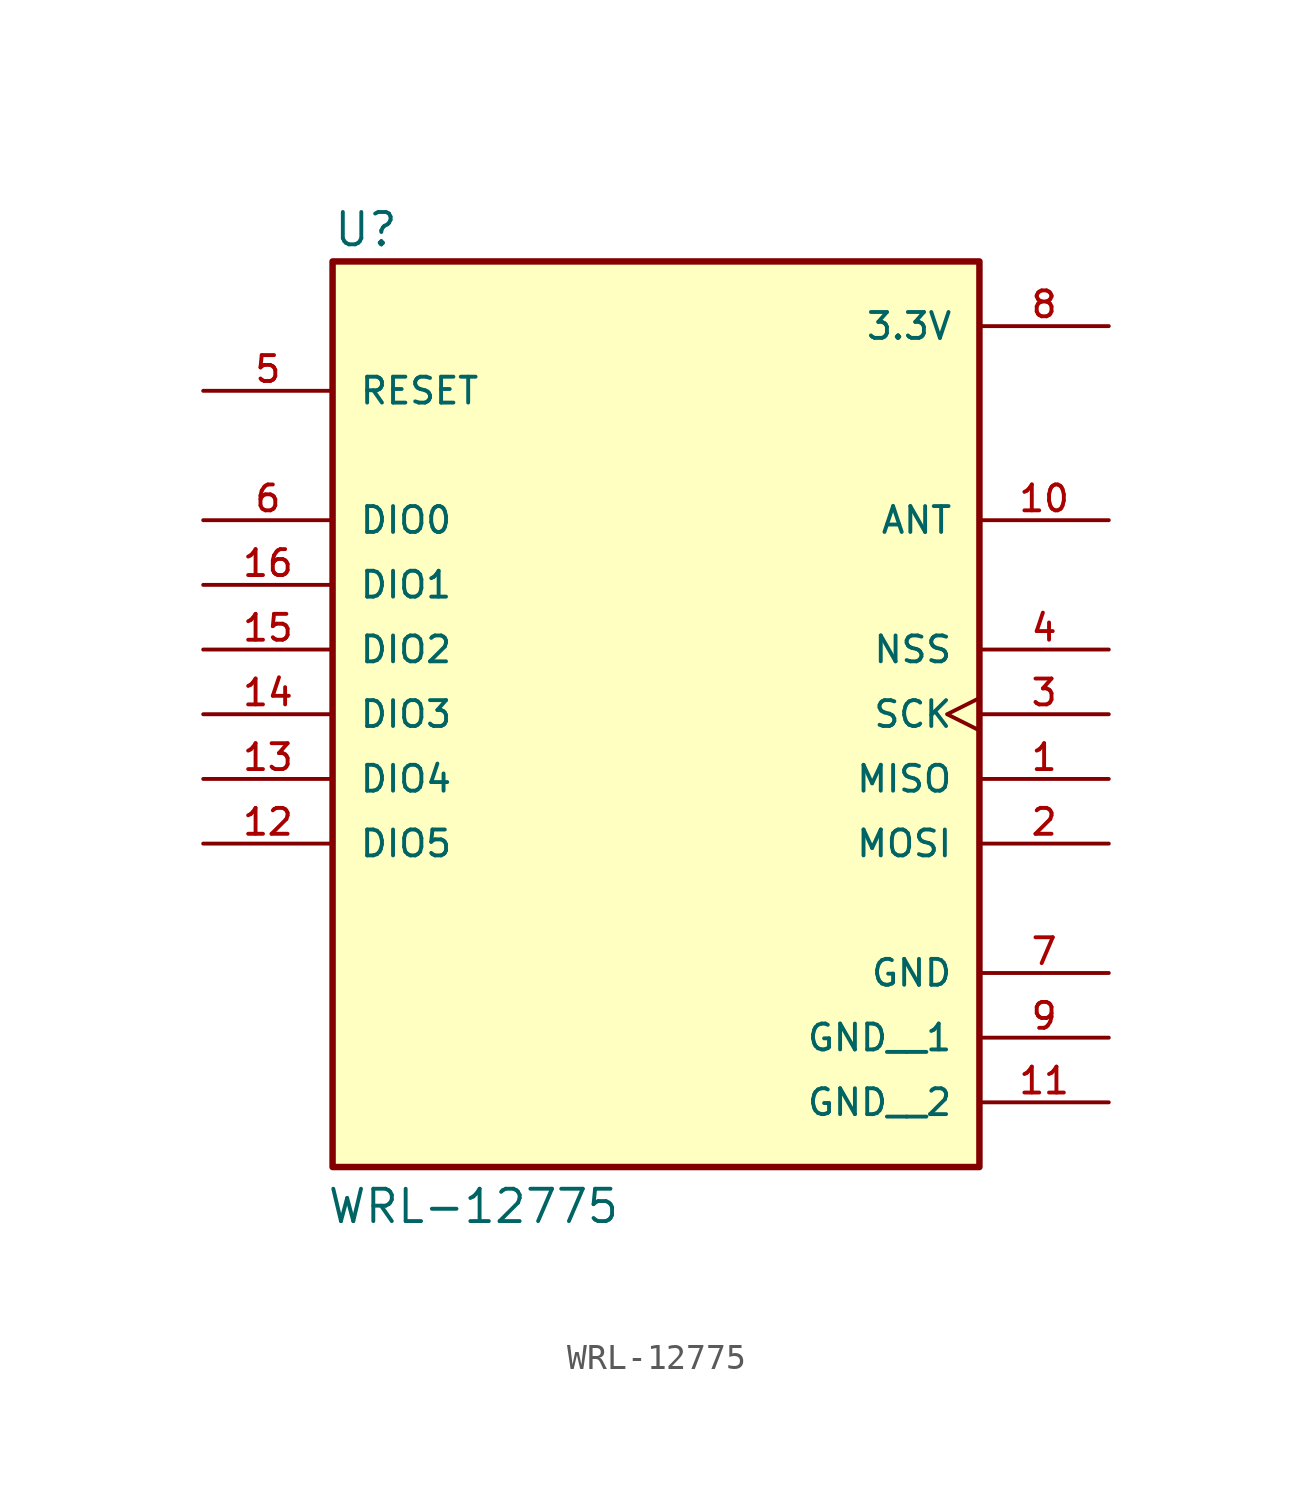
<source format=kicad_sym>
(kicad_symbol_lib
  (version 20211014)
  (generator kicad_symbol_editor)
  (symbol "WRL-12775"
    (pin_names
      (offset 1.016))
    (property "Reference" "U"
      (at -12.7 15.748 0)
      (effects (font (size 1.27 1.27)) (justify bottom left)))
    (property "Value" "WRL-12775"
      (at -12.954 -22.606 0)
      (effects (font (size 1.27 1.27)) (justify bottom left)))
    (symbol "WRL-12775_0_0"
      (rectangle (start -12.7 -20.32) (end 12.7 15.24) (stroke (width 0.254)) (fill (type background)))
      (pin bidirectional line (at -17.78 2.54 0) (length 5.08) (name "DIO1" (effects (font (size 1.016 1.016)))) (number "16" (effects (font (size 1.016 1.016)))))
      (pin bidirectional line (at -17.78 0.0 0) (length 5.08) (name "DIO2" (effects (font (size 1.016 1.016)))) (number "15" (effects (font (size 1.016 1.016)))))
      (pin bidirectional line (at -17.78 -2.54 0) (length 5.08) (name "DIO3" (effects (font (size 1.016 1.016)))) (number "14" (effects (font (size 1.016 1.016)))))
      (pin bidirectional line (at -17.78 -5.08 0) (length 5.08) (name "DIO4" (effects (font (size 1.016 1.016)))) (number "13" (effects (font (size 1.016 1.016)))))
      (pin bidirectional line (at -17.78 -7.62 0) (length 5.08) (name "DIO5" (effects (font (size 1.016 1.016)))) (number "12" (effects (font (size 1.016 1.016)))))
      (pin power_in line (at 17.78 -12.7 180.0) (length 5.08) (name "GND" (effects (font (size 1.016 1.016)))) (number "7" (effects (font (size 1.016 1.016)))))
      (pin bidirectional line (at 17.78 5.08 180.0) (length 5.08) (name "ANT" (effects (font (size 1.016 1.016)))) (number "10" (effects (font (size 1.016 1.016)))))
      (pin power_in line (at 17.78 12.7 180.0) (length 5.08) (name "3.3V" (effects (font (size 1.016 1.016)))) (number "8" (effects (font (size 1.016 1.016)))))
      (pin bidirectional line (at -17.78 5.08 0) (length 5.08) (name "DIO0" (effects (font (size 1.016 1.016)))) (number "6" (effects (font (size 1.016 1.016)))))
      (pin input line (at -17.78 10.16 0) (length 5.08) (name "RESET" (effects (font (size 1.016 1.016)))) (number "5" (effects (font (size 1.016 1.016)))))
      (pin input line (at 17.78 0.0 180.0) (length 5.08) (name "NSS" (effects (font (size 1.016 1.016)))) (number "4" (effects (font (size 1.016 1.016)))))
      (pin bidirectional line (at 17.78 -7.62 180.0) (length 5.08) (name "MOSI" (effects (font (size 1.016 1.016)))) (number "2" (effects (font (size 1.016 1.016)))))
      (pin bidirectional line (at 17.78 -5.08 180.0) (length 5.08) (name "MISO" (effects (font (size 1.016 1.016)))) (number "1" (effects (font (size 1.016 1.016)))))
      (pin input clock (at 17.78 -2.54 180.0) (length 5.08) (name "SCK" (effects (font (size 1.016 1.016)))) (number "3" (effects (font (size 1.016 1.016)))))
      (pin power_in line (at 17.78 -15.24 180.0) (length 5.08) (name "GND__1" (effects (font (size 1.016 1.016)))) (number "9" (effects (font (size 1.016 1.016)))))
      (pin power_in line (at 17.78 -17.78 180.0) (length 5.08) (name "GND__2" (effects (font (size 1.016 1.016)))) (number "11" (effects (font (size 1.016 1.016))))))))
</source>
